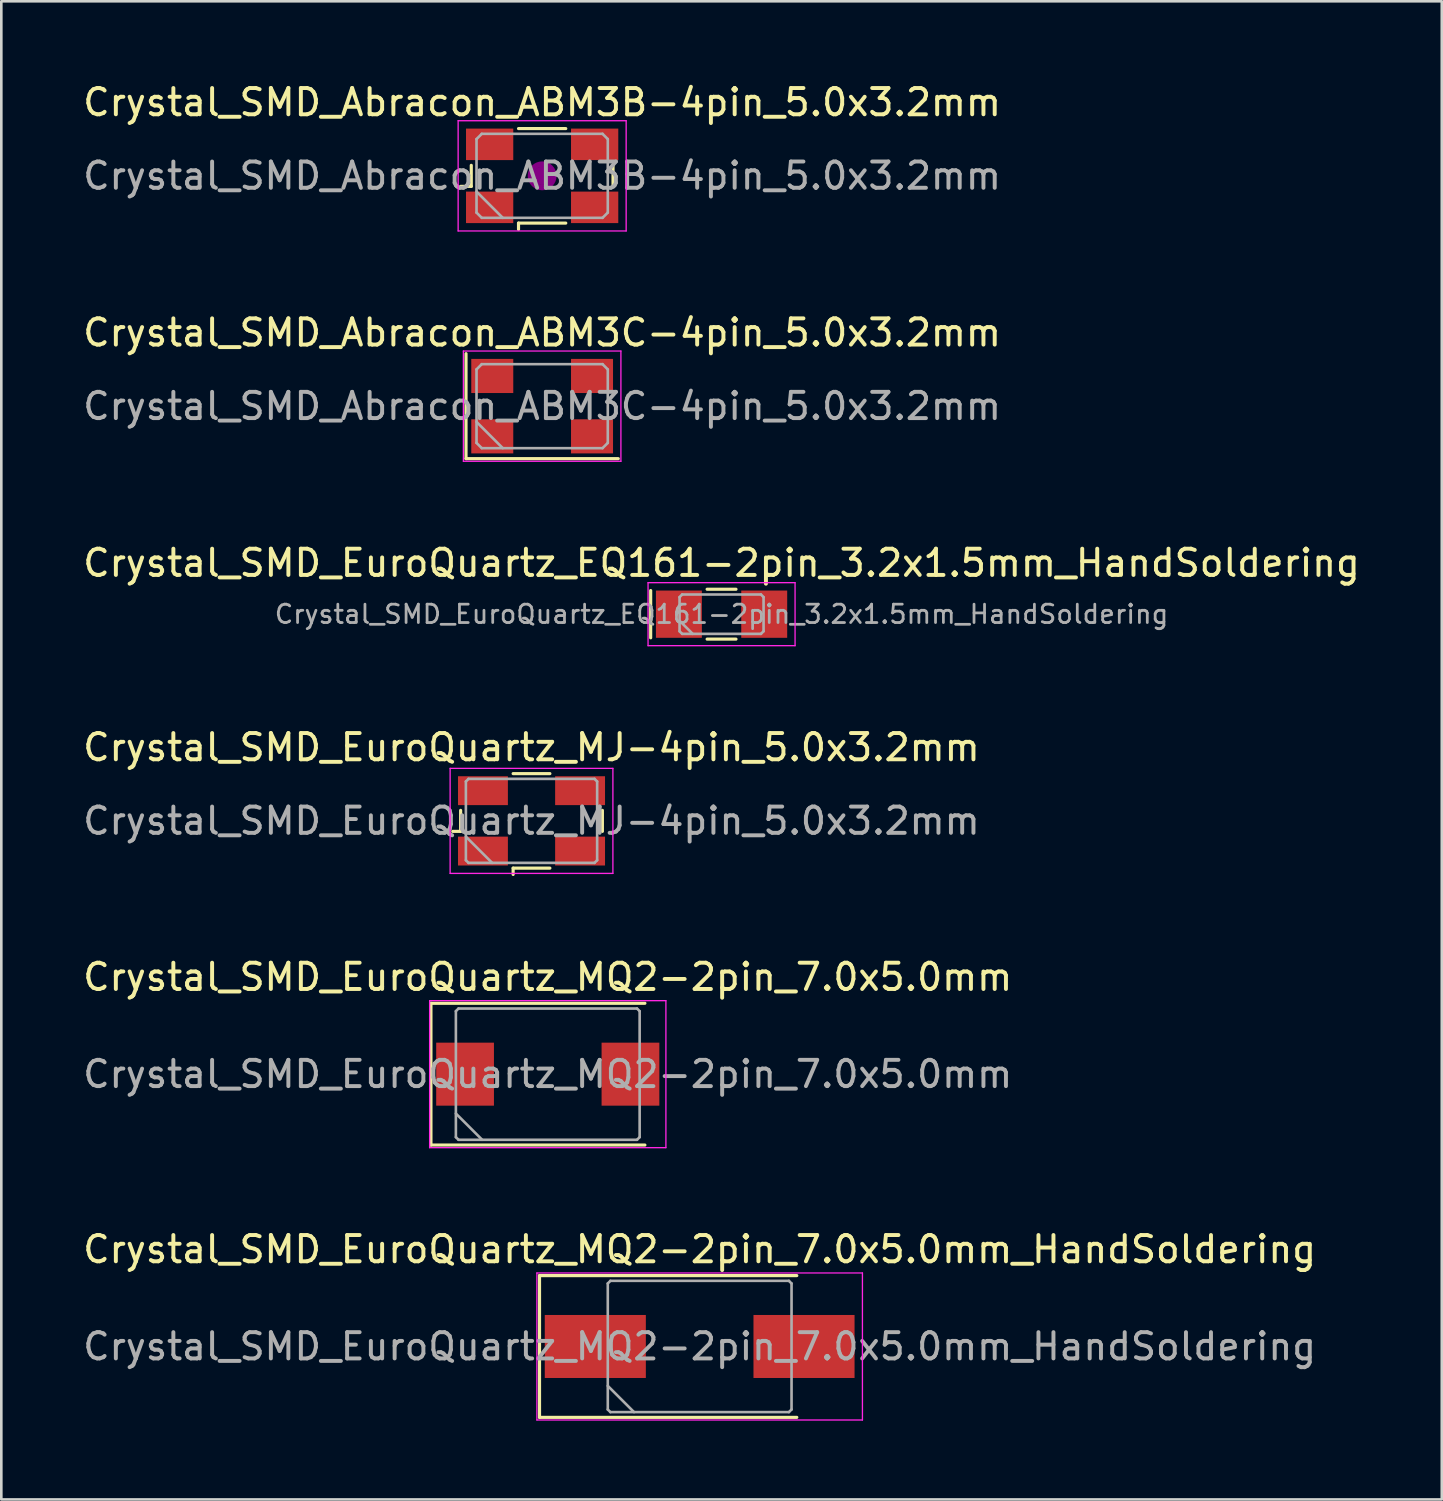
<source format=kicad_pcb>
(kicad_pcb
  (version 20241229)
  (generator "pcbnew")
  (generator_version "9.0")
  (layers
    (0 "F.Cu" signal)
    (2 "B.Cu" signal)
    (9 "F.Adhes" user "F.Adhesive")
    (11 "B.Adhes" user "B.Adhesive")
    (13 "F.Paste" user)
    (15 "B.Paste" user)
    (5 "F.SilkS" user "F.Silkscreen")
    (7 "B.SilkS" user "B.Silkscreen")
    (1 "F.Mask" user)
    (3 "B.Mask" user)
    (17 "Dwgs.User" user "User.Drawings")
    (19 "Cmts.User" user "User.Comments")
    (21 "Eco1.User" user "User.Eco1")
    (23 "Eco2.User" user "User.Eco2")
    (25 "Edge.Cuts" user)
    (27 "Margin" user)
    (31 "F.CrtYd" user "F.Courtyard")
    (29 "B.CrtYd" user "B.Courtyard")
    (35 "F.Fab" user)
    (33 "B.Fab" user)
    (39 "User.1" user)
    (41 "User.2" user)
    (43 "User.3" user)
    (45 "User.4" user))
  (footprint "Crystal_SMD_Abracon_ABM3C-4pin_5.0x3.2mm"
    (layer "F.Cu")
    (at 17.601 12.421)
    (property "Reference" "Crystal_SMD_Abracon_ABM3C-4pin_5.0x3.2mm" (at 0 -2.8 0) (layer "F.SilkS") (effects (font (size 1 1) (thickness 0.15))))
    (attr smd)
    (fp_line (start -2.9 -2) (end -2.9 2) (stroke (width 0.12) (type solid)) (layer "F.SilkS"))
    (fp_line (start -2.9 2) (end 2.9 2) (stroke (width 0.12) (type solid)) (layer "F.SilkS"))
    (fp_line (start -3 -2.1) (end -3 2.1) (stroke (width 0.05) (type solid)) (layer "F.CrtYd"))
    (fp_line (start -3 2.1) (end 3 2.1) (stroke (width 0.05) (type solid)) (layer "F.CrtYd"))
    (fp_line (start 3 -2.1) (end -3 -2.1) (stroke (width 0.05) (type solid)) (layer "F.CrtYd"))
    (fp_line (start 3 2.1) (end 3 -2.1) (stroke (width 0.05) (type solid)) (layer "F.CrtYd"))
    (fp_line (start -2.5 -1.4) (end -2.3 -1.6) (stroke (width 0.1) (type solid)) (layer "F.Fab"))
    (fp_line (start -2.5 0.6) (end -1.5 1.6) (stroke (width 0.1) (type solid)) (layer "F.Fab"))
    (fp_line (start -2.5 1.4) (end -2.5 -1.4) (stroke (width 0.1) (type solid)) (layer "F.Fab"))
    (fp_line (start -2.3 -1.6) (end 2.3 -1.6) (stroke (width 0.1) (type solid)) (layer "F.Fab"))
    (fp_line (start -2.3 1.6) (end -2.5 1.4) (stroke (width 0.1) (type solid)) (layer "F.Fab"))
    (fp_line (start 2.3 -1.6) (end 2.5 -1.4) (stroke (width 0.1) (type solid)) (layer "F.Fab"))
    (fp_line (start 2.3 1.6) (end -2.3 1.6) (stroke (width 0.1) (type solid)) (layer "F.Fab"))
    (fp_line (start 2.5 -1.4) (end 2.5 1.4) (stroke (width 0.1) (type solid)) (layer "F.Fab"))
    (fp_line (start 2.5 1.4) (end 2.3 1.6) (stroke (width 0.1) (type solid)) (layer "F.Fab"))
    (fp_text user "${REFERENCE}" (at 0 0 0) (layer "F.Fab") (effects (font (size 1 1) (thickness 0.15))))
    (pad "1" smd rect (at -1.9 1.15) (size 1.6 1.3) (layers "F.Cu" "F.Mask" "F.Paste"))
    (pad "2" smd rect (at 1.9 1.15) (size 1.6 1.3) (layers "F.Cu" "F.Mask" "F.Paste"))
    (pad "3" smd rect (at 1.9 -1.15) (size 1.6 1.3) (layers "F.Cu" "F.Mask" "F.Paste"))
    (pad "4" smd rect (at -1.9 -1.15) (size 1.6 1.3) (layers "F.Cu" "F.Mask" "F.Paste")))
  (footprint "Crystal_SMD_EuroQuartz_EQ161-2pin_3.2x1.5mm_HandSoldering"
    (layer "F.Cu")
    (at 24.435 20.345)
    (property "Reference" "Crystal_SMD_EuroQuartz_EQ161-2pin_3.2x1.5mm_HandSoldering" (at 0 -1.95 0) (layer "F.SilkS") (effects (font (size 1 1) (thickness 0.15))))
    (attr smd)
    (fp_line (start -2.7 -0.9) (end -2.7 0.9) (stroke (width 0.12) (type solid)) (layer "F.SilkS"))
    (fp_line (start -0.55 -0.95) (end 0.55 -0.95) (stroke (width 0.12) (type solid)) (layer "F.SilkS"))
    (fp_line (start -0.55 0.95) (end 0.55 0.95) (stroke (width 0.12) (type solid)) (layer "F.SilkS"))
    (fp_line (start -2.8 -1.2) (end -2.8 1.2) (stroke (width 0.05) (type solid)) (layer "F.CrtYd"))
    (fp_line (start -2.8 1.2) (end 2.8 1.2) (stroke (width 0.05) (type solid)) (layer "F.CrtYd"))
    (fp_line (start 2.8 -1.2) (end -2.8 -1.2) (stroke (width 0.05) (type solid)) (layer "F.CrtYd"))
    (fp_line (start 2.8 1.2) (end 2.8 -1.2) (stroke (width 0.05) (type solid)) (layer "F.CrtYd"))
    (fp_line (start -1.6 -0.65) (end -1.5 -0.75) (stroke (width 0.1) (type solid)) (layer "F.Fab"))
    (fp_line (start -1.6 0.25) (end -1.1 0.75) (stroke (width 0.1) (type solid)) (layer "F.Fab"))
    (fp_line (start -1.6 0.65) (end -1.6 -0.65) (stroke (width 0.1) (type solid)) (layer "F.Fab"))
    (fp_line (start -1.5 -0.75) (end 1.5 -0.75) (stroke (width 0.1) (type solid)) (layer "F.Fab"))
    (fp_line (start -1.5 0.75) (end -1.6 0.65) (stroke (width 0.1) (type solid)) (layer "F.Fab"))
    (fp_line (start 1.5 -0.75) (end 1.6 -0.65) (stroke (width 0.1) (type solid)) (layer "F.Fab"))
    (fp_line (start 1.5 0.75) (end -1.5 0.75) (stroke (width 0.1) (type solid)) (layer "F.Fab"))
    (fp_line (start 1.6 -0.65) (end 1.6 0.65) (stroke (width 0.1) (type solid)) (layer "F.Fab"))
    (fp_line (start 1.6 0.65) (end 1.5 0.75) (stroke (width 0.1) (type solid)) (layer "F.Fab"))
    (fp_text user "${REFERENCE}" (at 0 0 0) (layer "F.Fab") (effects (font (size 0.7 0.7) (thickness 0.105))))
    (pad "1" smd rect (at -1.625 0) (size 1.75 1.8) (layers "F.Cu" "F.Mask" "F.Paste"))
    (pad "2" smd rect (at 1.625 0) (size 1.75 1.8) (layers "F.Cu" "F.Mask" "F.Paste")))
  (footprint "Crystal_SMD_EuroQuartz_MQ2-2pin_7.0x5.0mm_HandSoldering"
    (layer "F.Cu")
    (at 23.601 48.239)
    (property "Reference" "Crystal_SMD_EuroQuartz_MQ2-2pin_7.0x5.0mm_HandSoldering" (at 0 -3.7 0) (layer "F.SilkS") (effects (font (size 1 1) (thickness 0.15))))
    (attr smd)
    (fp_line (start -6.1 -2.7) (end -6.1 2.7) (stroke (width 0.12) (type solid)) (layer "F.SilkS"))
    (fp_line (start -6.1 2.7) (end 3.7 2.7) (stroke (width 0.12) (type solid)) (layer "F.SilkS"))
    (fp_line (start 3.7 -2.7) (end -6.1 -2.7) (stroke (width 0.12) (type solid)) (layer "F.SilkS"))
    (fp_line (start -6.2 -2.8) (end -6.2 2.8) (stroke (width 0.05) (type solid)) (layer "F.CrtYd"))
    (fp_line (start -6.2 2.8) (end 6.2 2.8) (stroke (width 0.05) (type solid)) (layer "F.CrtYd"))
    (fp_line (start 6.2 -2.8) (end -6.2 -2.8) (stroke (width 0.05) (type solid)) (layer "F.CrtYd"))
    (fp_line (start 6.2 2.8) (end 6.2 -2.8) (stroke (width 0.05) (type solid)) (layer "F.CrtYd"))
    (fp_line (start -3.5 -2.4) (end -3.4 -2.5) (stroke (width 0.1) (type solid)) (layer "F.Fab"))
    (fp_line (start -3.5 1.5) (end -2.5 2.5) (stroke (width 0.1) (type solid)) (layer "F.Fab"))
    (fp_line (start -3.5 2.4) (end -3.5 -2.4) (stroke (width 0.1) (type solid)) (layer "F.Fab"))
    (fp_line (start -3.4 -2.5) (end 3.4 -2.5) (stroke (width 0.1) (type solid)) (layer "F.Fab"))
    (fp_line (start -3.4 2.5) (end -3.5 2.4) (stroke (width 0.1) (type solid)) (layer "F.Fab"))
    (fp_line (start 3.4 -2.5) (end 3.5 -2.4) (stroke (width 0.1) (type solid)) (layer "F.Fab"))
    (fp_line (start 3.4 2.5) (end -3.4 2.5) (stroke (width 0.1) (type solid)) (layer "F.Fab"))
    (fp_line (start 3.5 -2.4) (end 3.5 2.4) (stroke (width 0.1) (type solid)) (layer "F.Fab"))
    (fp_line (start 3.5 2.4) (end 3.4 2.5) (stroke (width 0.1) (type solid)) (layer "F.Fab"))
    (fp_text user "${REFERENCE}" (at 0 0 0) (layer "F.Fab") (effects (font (size 1 1) (thickness 0.15))))
    (pad "1" smd rect (at -3.975 0) (size 3.85 2.4) (layers "F.Cu" "F.Mask" "F.Paste"))
    (pad "2" smd rect (at 3.975 0) (size 3.85 2.4) (layers "F.Cu" "F.Mask" "F.Paste")))
  (footprint "Crystal_SMD_EuroQuartz_MJ-4pin_5.0x3.2mm"
    (layer "F.Cu")
    (at 17.196 28.218)
    (property "Reference" "Crystal_SMD_EuroQuartz_MJ-4pin_5.0x3.2mm" (at 0 -2.8 0) (layer "F.SilkS") (effects (font (size 1 1) (thickness 0.15))))
    (attr smd)
    (fp_line (start -3 0.4) (end -2.7 0.4) (stroke (width 0.12) (type solid)) (layer "F.SilkS"))
    (fp_line (start -2.7 0.4) (end -2.7 -0.4) (stroke (width 0.12) (type solid)) (layer "F.SilkS"))
    (fp_line (start -0.7 -1.8) (end 0.7 -1.8) (stroke (width 0.12) (type solid)) (layer "F.SilkS"))
    (fp_line (start -0.7 1.8) (end -0.7 2.04) (stroke (width 0.12) (type solid)) (layer "F.SilkS"))
    (fp_line (start 0.7 1.8) (end -0.7 1.8) (stroke (width 0.12) (type solid)) (layer "F.SilkS"))
    (fp_line (start 2.7 -0.4) (end 2.7 0.4) (stroke (width 0.12) (type solid)) (layer "F.SilkS"))
    (fp_line (start -3.1 -2) (end -3.1 2) (stroke (width 0.05) (type solid)) (layer "F.CrtYd"))
    (fp_line (start -3.1 2) (end 3.1 2) (stroke (width 0.05) (type solid)) (layer "F.CrtYd"))
    (fp_line (start 3.1 -2) (end -3.1 -2) (stroke (width 0.05) (type solid)) (layer "F.CrtYd"))
    (fp_line (start 3.1 2) (end 3.1 -2) (stroke (width 0.05) (type solid)) (layer "F.CrtYd"))
    (fp_line (start -2.5 -1.5) (end -2.4 -1.6) (stroke (width 0.1) (type solid)) (layer "F.Fab"))
    (fp_line (start -2.5 0.6) (end -1.5 1.6) (stroke (width 0.1) (type solid)) (layer "F.Fab"))
    (fp_line (start -2.5 1.5) (end -2.5 -1.5) (stroke (width 0.1) (type solid)) (layer "F.Fab"))
    (fp_line (start -2.4 -1.6) (end 2.4 -1.6) (stroke (width 0.1) (type solid)) (layer "F.Fab"))
    (fp_line (start -2.4 1.6) (end -2.5 1.5) (stroke (width 0.1) (type solid)) (layer "F.Fab"))
    (fp_line (start 2.4 -1.6) (end 2.5 -1.5) (stroke (width 0.1) (type solid)) (layer "F.Fab"))
    (fp_line (start 2.4 1.6) (end -2.4 1.6) (stroke (width 0.1) (type solid)) (layer "F.Fab"))
    (fp_line (start 2.5 -1.5) (end 2.5 1.5) (stroke (width 0.1) (type solid)) (layer "F.Fab"))
    (fp_line (start 2.5 1.5) (end 2.4 1.6) (stroke (width 0.1) (type solid)) (layer "F.Fab"))
    (fp_text user "${REFERENCE}" (at 0 0 0) (layer "F.Fab") (effects (font (size 1 1) (thickness 0.15))))
    (pad "1" smd rect (at -1.85 1.15) (size 1.9 1.1) (layers "F.Cu" "F.Mask" "F.Paste"))
    (pad "2" smd rect (at 1.85 1.15) (size 1.9 1.1) (layers "F.Cu" "F.Mask" "F.Paste"))
    (pad "3" smd rect (at 1.85 -1.15) (size 1.9 1.1) (layers "F.Cu" "F.Mask" "F.Paste"))
    (pad "4" smd rect (at -1.85 -1.15) (size 1.9 1.1) (layers "F.Cu" "F.Mask" "F.Paste")))
  (footprint "Crystal_SMD_EuroQuartz_MQ2-2pin_7.0x5.0mm"
    (layer "F.Cu")
    (at 17.815 37.866)
    (property "Reference" "Crystal_SMD_EuroQuartz_MQ2-2pin_7.0x5.0mm" (at 0 -3.7 0) (layer "F.SilkS") (effects (font (size 1 1) (thickness 0.15))))
    (attr smd)
    (fp_line (start -4.45 -2.7) (end -4.45 2.7) (stroke (width 0.12) (type solid)) (layer "F.SilkS"))
    (fp_line (start -4.45 2.7) (end 3.7 2.7) (stroke (width 0.12) (type solid)) (layer "F.SilkS"))
    (fp_line (start 3.7 -2.7) (end -4.45 -2.7) (stroke (width 0.12) (type solid)) (layer "F.SilkS"))
    (fp_line (start -4.5 -2.8) (end -4.5 2.8) (stroke (width 0.05) (type solid)) (layer "F.CrtYd"))
    (fp_line (start -4.5 2.8) (end 4.5 2.8) (stroke (width 0.05) (type solid)) (layer "F.CrtYd"))
    (fp_line (start 4.5 -2.8) (end -4.5 -2.8) (stroke (width 0.05) (type solid)) (layer "F.CrtYd"))
    (fp_line (start 4.5 2.8) (end 4.5 -2.8) (stroke (width 0.05) (type solid)) (layer "F.CrtYd"))
    (fp_line (start -3.5 -2.4) (end -3.4 -2.5) (stroke (width 0.1) (type solid)) (layer "F.Fab"))
    (fp_line (start -3.5 1.5) (end -2.5 2.5) (stroke (width 0.1) (type solid)) (layer "F.Fab"))
    (fp_line (start -3.5 2.4) (end -3.5 -2.4) (stroke (width 0.1) (type solid)) (layer "F.Fab"))
    (fp_line (start -3.4 -2.5) (end 3.4 -2.5) (stroke (width 0.1) (type solid)) (layer "F.Fab"))
    (fp_line (start -3.4 2.5) (end -3.5 2.4) (stroke (width 0.1) (type solid)) (layer "F.Fab"))
    (fp_line (start 3.4 -2.5) (end 3.5 -2.4) (stroke (width 0.1) (type solid)) (layer "F.Fab"))
    (fp_line (start 3.4 2.5) (end -3.4 2.5) (stroke (width 0.1) (type solid)) (layer "F.Fab"))
    (fp_line (start 3.5 -2.4) (end 3.5 2.4) (stroke (width 0.1) (type solid)) (layer "F.Fab"))
    (fp_line (start 3.5 2.4) (end 3.4 2.5) (stroke (width 0.1) (type solid)) (layer "F.Fab"))
    (fp_text user "${REFERENCE}" (at 0 0 0) (layer "F.Fab") (effects (font (size 1 1) (thickness 0.15))))
    (pad "1" smd rect (at -3.15 0) (size 2.2 2.4) (layers "F.Cu" "F.Mask" "F.Paste"))
    (pad "2" smd rect (at 3.15 0) (size 2.2 2.4) (layers "F.Cu" "F.Mask" "F.Paste")))
  (footprint "Crystal_SMD_Abracon_ABM3B-4pin_5.0x3.2mm"
    (layer "F.Cu")
    (at 17.601 3.648)
    (property "Reference" "Crystal_SMD_Abracon_ABM3B-4pin_5.0x3.2mm" (at 0 -2.8 0) (layer "F.SilkS") (effects (font (size 1 1) (thickness 0.15))))
    (attr smd)
    (fp_line (start -3.1 0.4) (end -2.7 0.4) (stroke (width 0.12) (type solid)) (layer "F.SilkS"))
    (fp_line (start -2.7 0.4) (end -2.7 -0.4) (stroke (width 0.12) (type solid)) (layer "F.SilkS"))
    (fp_line (start -0.9 -1.8) (end 0.9 -1.8) (stroke (width 0.12) (type solid)) (layer "F.SilkS"))
    (fp_line (start -0.9 1.8) (end -0.9 2.04) (stroke (width 0.12) (type solid)) (layer "F.SilkS"))
    (fp_line (start 0.9 1.8) (end -0.9 1.8) (stroke (width 0.12) (type solid)) (layer "F.SilkS"))
    (fp_line (start 2.7 -0.4) (end 2.7 0.4) (stroke (width 0.12) (type solid)) (layer "F.SilkS"))
    (fp_circle (center 0 0) (end 0.117 0) (stroke (width 0.233) (type solid)) (fill no) (layer "F.Adhes"))
    (fp_circle (center 0 0) (end 0.267 0) (stroke (width 0.167) (type solid)) (fill no) (layer "F.Adhes"))
    (fp_circle (center 0 0) (end 0.417 0) (stroke (width 0.167) (type solid)) (fill no) (layer "F.Adhes"))
    (fp_circle (center 0 0) (end 0.5 0) (stroke (width 0.1) (type solid)) (fill no) (layer "F.Adhes"))
    (fp_line (start -3.2 -2.1) (end -3.2 2.1) (stroke (width 0.05) (type solid)) (layer "F.CrtYd"))
    (fp_line (start -3.2 2.1) (end 3.2 2.1) (stroke (width 0.05) (type solid)) (layer "F.CrtYd"))
    (fp_line (start 3.2 -2.1) (end -3.2 -2.1) (stroke (width 0.05) (type solid)) (layer "F.CrtYd"))
    (fp_line (start 3.2 2.1) (end 3.2 -2.1) (stroke (width 0.05) (type solid)) (layer "F.CrtYd"))
    (fp_line (start -2.5 -1.4) (end -2.3 -1.6) (stroke (width 0.1) (type solid)) (layer "F.Fab"))
    (fp_line (start -2.5 0.6) (end -1.5 1.6) (stroke (width 0.1) (type solid)) (layer "F.Fab"))
    (fp_line (start -2.5 1.4) (end -2.5 -1.4) (stroke (width 0.1) (type solid)) (layer "F.Fab"))
    (fp_line (start -2.3 -1.6) (end 2.3 -1.6) (stroke (width 0.1) (type solid)) (layer "F.Fab"))
    (fp_line (start -2.3 1.6) (end -2.5 1.4) (stroke (width 0.1) (type solid)) (layer "F.Fab"))
    (fp_line (start 2.3 -1.6) (end 2.5 -1.4) (stroke (width 0.1) (type solid)) (layer "F.Fab"))
    (fp_line (start 2.3 1.6) (end -2.3 1.6) (stroke (width 0.1) (type solid)) (layer "F.Fab"))
    (fp_line (start 2.5 -1.4) (end 2.5 1.4) (stroke (width 0.1) (type solid)) (layer "F.Fab"))
    (fp_line (start 2.5 1.4) (end 2.3 1.6) (stroke (width 0.1) (type solid)) (layer "F.Fab"))
    (fp_text user "${REFERENCE}" (at 0 0 0) (layer "F.Fab") (effects (font (size 1 1) (thickness 0.15))))
    (pad "1" smd rect (at -2 1.2) (size 1.8 1.2) (layers "F.Cu" "F.Mask" "F.Paste"))
    (pad "2" smd rect (at 2 1.2) (size 1.8 1.2) (layers "F.Cu" "F.Mask" "F.Paste"))
    (pad "3" smd rect (at 2 -1.2) (size 1.8 1.2) (layers "F.Cu" "F.Mask" "F.Paste"))
    (pad "4" smd rect (at -2 -1.2) (size 1.8 1.2) (layers "F.Cu" "F.Mask" "F.Paste")))
  (gr_rect
    (start -3 -3)
    (end 51.869 54.065)
    (stroke (width 0.1) (type default))
    (fill no)
    (layer "Edge.Cuts")))
</source>
